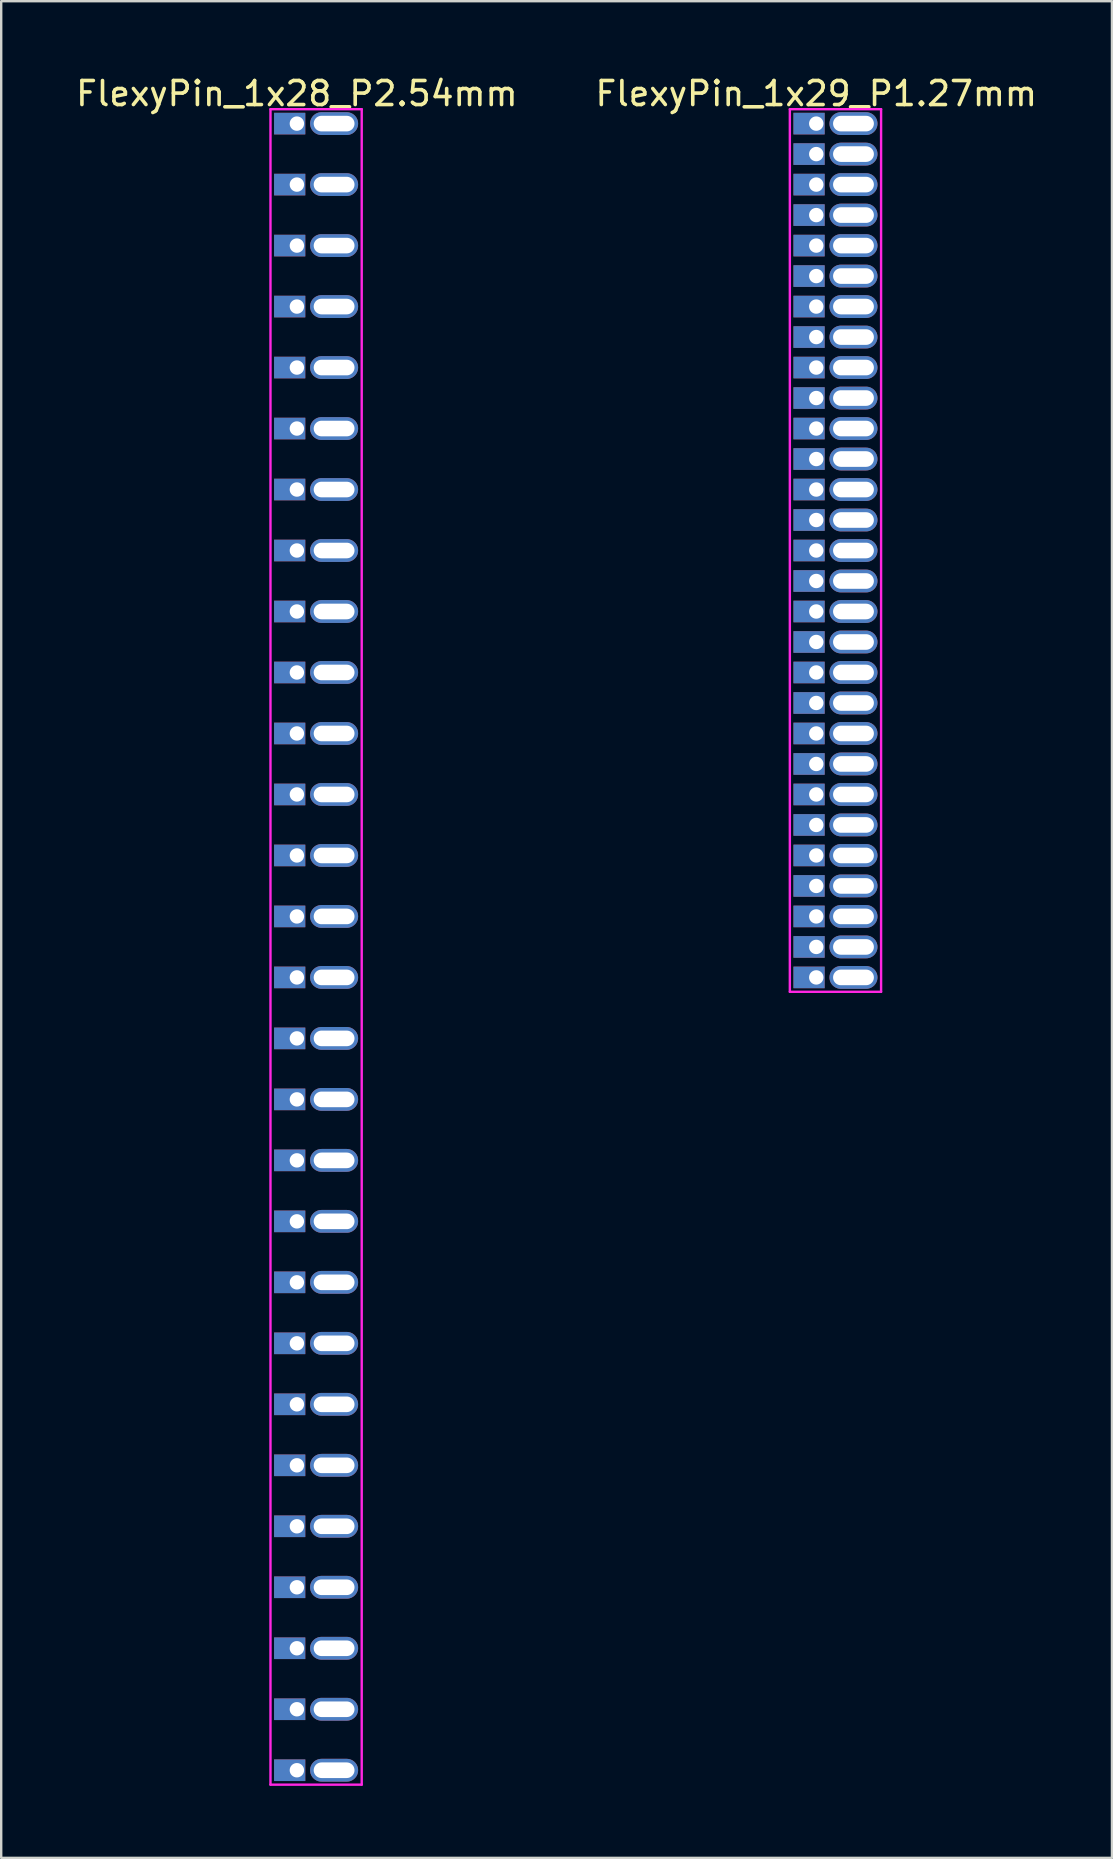
<source format=kicad_pcb>
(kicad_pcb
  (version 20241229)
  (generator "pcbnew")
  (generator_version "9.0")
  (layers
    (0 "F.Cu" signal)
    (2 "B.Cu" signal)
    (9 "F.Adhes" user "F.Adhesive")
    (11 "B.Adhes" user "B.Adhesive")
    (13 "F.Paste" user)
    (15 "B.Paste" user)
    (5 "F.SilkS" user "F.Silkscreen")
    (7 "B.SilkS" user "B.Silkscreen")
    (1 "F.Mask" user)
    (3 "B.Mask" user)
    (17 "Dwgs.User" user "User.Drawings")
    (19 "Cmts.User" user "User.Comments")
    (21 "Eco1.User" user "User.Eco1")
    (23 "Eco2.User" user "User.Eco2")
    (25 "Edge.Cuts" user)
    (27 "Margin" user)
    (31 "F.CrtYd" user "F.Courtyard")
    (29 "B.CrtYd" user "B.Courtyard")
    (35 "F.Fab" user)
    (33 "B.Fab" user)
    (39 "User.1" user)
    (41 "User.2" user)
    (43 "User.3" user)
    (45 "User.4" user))
  (footprint "FlexyPin_1x28_P2.54mm"
    (layer "F.Cu")
    (at 9.315 2.098)
    (property "Reference" "FlexyPin_1x28_P2.54mm" (at 0 -1.25 0) (layer "F.SilkS") (effects (font (size 1 1) (thickness 0.15))))
    (attr through_hole)
    (fp_line (start -1.1 -0.6) (end 2.7 -0.6) (stroke (width 0.1) (type solid)) (layer "F.CrtYd"))
    (fp_line (start -1.1 69.18) (end -1.1 -0.6) (stroke (width 0.1) (type solid)) (layer "F.CrtYd"))
    (fp_line (start 2.7 -0.6) (end 2.7 69.18) (stroke (width 0.1) (type solid)) (layer "F.CrtYd"))
    (fp_line (start 2.7 69.18) (end -1.1 69.18) (stroke (width 0.1) (type solid)) (layer "F.CrtYd"))
    (pad "" thru_hole oval (at 1.55 0) (size 2 0.95) (drill oval 1.7 0.65) (layers "*.Cu" "*.Mask"))
    (pad "" thru_hole oval (at 1.55 2.54) (size 2 0.95) (drill oval 1.7 0.65) (layers "*.Cu" "*.Mask"))
    (pad "" thru_hole oval (at 1.55 5.08) (size 2 0.95) (drill oval 1.7 0.65) (layers "*.Cu" "*.Mask"))
    (pad "" thru_hole oval (at 1.55 7.62) (size 2 0.95) (drill oval 1.7 0.65) (layers "*.Cu" "*.Mask"))
    (pad "" thru_hole oval (at 1.55 10.16) (size 2 0.95) (drill oval 1.7 0.65) (layers "*.Cu" "*.Mask"))
    (pad "" thru_hole oval (at 1.55 12.7) (size 2 0.95) (drill oval 1.7 0.65) (layers "*.Cu" "*.Mask"))
    (pad "" thru_hole oval (at 1.55 15.24) (size 2 0.95) (drill oval 1.7 0.65) (layers "*.Cu" "*.Mask"))
    (pad "" thru_hole oval (at 1.55 17.78) (size 2 0.95) (drill oval 1.7 0.65) (layers "*.Cu" "*.Mask"))
    (pad "" thru_hole oval (at 1.55 20.32) (size 2 0.95) (drill oval 1.7 0.65) (layers "*.Cu" "*.Mask"))
    (pad "" thru_hole oval (at 1.55 22.86) (size 2 0.95) (drill oval 1.7 0.65) (layers "*.Cu" "*.Mask"))
    (pad "" thru_hole oval (at 1.55 25.4) (size 2 0.95) (drill oval 1.7 0.65) (layers "*.Cu" "*.Mask"))
    (pad "" thru_hole oval (at 1.55 27.94) (size 2 0.95) (drill oval 1.7 0.65) (layers "*.Cu" "*.Mask"))
    (pad "" thru_hole oval (at 1.55 30.48) (size 2 0.95) (drill oval 1.7 0.65) (layers "*.Cu" "*.Mask"))
    (pad "" thru_hole oval (at 1.55 33.02) (size 2 0.95) (drill oval 1.7 0.65) (layers "*.Cu" "*.Mask"))
    (pad "" thru_hole oval (at 1.55 35.56) (size 2 0.95) (drill oval 1.7 0.65) (layers "*.Cu" "*.Mask"))
    (pad "" thru_hole oval (at 1.55 38.1) (size 2 0.95) (drill oval 1.7 0.65) (layers "*.Cu" "*.Mask"))
    (pad "" thru_hole oval (at 1.55 40.64) (size 2 0.95) (drill oval 1.7 0.65) (layers "*.Cu" "*.Mask"))
    (pad "" thru_hole oval (at 1.55 43.18) (size 2 0.95) (drill oval 1.7 0.65) (layers "*.Cu" "*.Mask"))
    (pad "" thru_hole oval (at 1.55 45.72) (size 2 0.95) (drill oval 1.7 0.65) (layers "*.Cu" "*.Mask"))
    (pad "" thru_hole oval (at 1.55 48.26) (size 2 0.95) (drill oval 1.7 0.65) (layers "*.Cu" "*.Mask"))
    (pad "" thru_hole oval (at 1.55 50.8) (size 2 0.95) (drill oval 1.7 0.65) (layers "*.Cu" "*.Mask"))
    (pad "" thru_hole oval (at 1.55 53.34) (size 2 0.95) (drill oval 1.7 0.65) (layers "*.Cu" "*.Mask"))
    (pad "" thru_hole oval (at 1.55 55.88) (size 2 0.95) (drill oval 1.7 0.65) (layers "*.Cu" "*.Mask"))
    (pad "" thru_hole oval (at 1.55 58.42) (size 2 0.95) (drill oval 1.7 0.65) (layers "*.Cu" "*.Mask"))
    (pad "" thru_hole oval (at 1.55 60.96) (size 2 0.95) (drill oval 1.7 0.65) (layers "*.Cu" "*.Mask"))
    (pad "" thru_hole oval (at 1.55 63.5) (size 2 0.95) (drill oval 1.7 0.65) (layers "*.Cu" "*.Mask"))
    (pad "" thru_hole oval (at 1.55 66.04) (size 2 0.95) (drill oval 1.7 0.65) (layers "*.Cu" "*.Mask"))
    (pad "" thru_hole oval (at 1.55 68.58) (size 2 0.95) (drill oval 1.7 0.65) (layers "*.Cu" "*.Mask"))
    (pad "1" thru_hole rect (at 0 0) (size 1.3 0.9) (drill 0.6 (offset -0.3 0)) (layers "*.Cu" "*.Mask"))
    (pad "2" thru_hole rect (at 0 2.54) (size 1.3 0.9) (drill 0.6 (offset -0.3 0)) (layers "*.Cu" "*.Mask"))
    (pad "3" thru_hole rect (at 0 5.08) (size 1.3 0.9) (drill 0.6 (offset -0.3 0)) (layers "*.Cu" "*.Mask"))
    (pad "4" thru_hole rect (at 0 7.62) (size 1.3 0.9) (drill 0.6 (offset -0.3 0)) (layers "*.Cu" "*.Mask"))
    (pad "5" thru_hole rect (at 0 10.16) (size 1.3 0.9) (drill 0.6 (offset -0.3 0)) (layers "*.Cu" "*.Mask"))
    (pad "6" thru_hole rect (at 0 12.7) (size 1.3 0.9) (drill 0.6 (offset -0.3 0)) (layers "*.Cu" "*.Mask"))
    (pad "7" thru_hole rect (at 0 15.24) (size 1.3 0.9) (drill 0.6 (offset -0.3 0)) (layers "*.Cu" "*.Mask"))
    (pad "8" thru_hole rect (at 0 17.78) (size 1.3 0.9) (drill 0.6 (offset -0.3 0)) (layers "*.Cu" "*.Mask"))
    (pad "9" thru_hole rect (at 0 20.32) (size 1.3 0.9) (drill 0.6 (offset -0.3 0)) (layers "*.Cu" "*.Mask"))
    (pad "10" thru_hole rect (at 0 22.86) (size 1.3 0.9) (drill 0.6 (offset -0.3 0)) (layers "*.Cu" "*.Mask"))
    (pad "11" thru_hole rect (at 0 25.4) (size 1.3 0.9) (drill 0.6 (offset -0.3 0)) (layers "*.Cu" "*.Mask"))
    (pad "12" thru_hole rect (at 0 27.94) (size 1.3 0.9) (drill 0.6 (offset -0.3 0)) (layers "*.Cu" "*.Mask"))
    (pad "13" thru_hole rect (at 0 30.48) (size 1.3 0.9) (drill 0.6 (offset -0.3 0)) (layers "*.Cu" "*.Mask"))
    (pad "14" thru_hole rect (at 0 33.02) (size 1.3 0.9) (drill 0.6 (offset -0.3 0)) (layers "*.Cu" "*.Mask"))
    (pad "15" thru_hole rect (at 0 35.56) (size 1.3 0.9) (drill 0.6 (offset -0.3 0)) (layers "*.Cu" "*.Mask"))
    (pad "16" thru_hole rect (at 0 38.1) (size 1.3 0.9) (drill 0.6 (offset -0.3 0)) (layers "*.Cu" "*.Mask"))
    (pad "17" thru_hole rect (at 0 40.64) (size 1.3 0.9) (drill 0.6 (offset -0.3 0)) (layers "*.Cu" "*.Mask"))
    (pad "18" thru_hole rect (at 0 43.18) (size 1.3 0.9) (drill 0.6 (offset -0.3 0)) (layers "*.Cu" "*.Mask"))
    (pad "19" thru_hole rect (at 0 45.72) (size 1.3 0.9) (drill 0.6 (offset -0.3 0)) (layers "*.Cu" "*.Mask"))
    (pad "20" thru_hole rect (at 0 48.26) (size 1.3 0.9) (drill 0.6 (offset -0.3 0)) (layers "*.Cu" "*.Mask"))
    (pad "21" thru_hole rect (at 0 50.8) (size 1.3 0.9) (drill 0.6 (offset -0.3 0)) (layers "*.Cu" "*.Mask"))
    (pad "22" thru_hole rect (at 0 53.34) (size 1.3 0.9) (drill 0.6 (offset -0.3 0)) (layers "*.Cu" "*.Mask"))
    (pad "23" thru_hole rect (at 0 55.88) (size 1.3 0.9) (drill 0.6 (offset -0.3 0)) (layers "*.Cu" "*.Mask"))
    (pad "24" thru_hole rect (at 0 58.42) (size 1.3 0.9) (drill 0.6 (offset -0.3 0)) (layers "*.Cu" "*.Mask"))
    (pad "25" thru_hole rect (at 0 60.96) (size 1.3 0.9) (drill 0.6 (offset -0.3 0)) (layers "*.Cu" "*.Mask"))
    (pad "26" thru_hole rect (at 0 63.5) (size 1.3 0.9) (drill 0.6 (offset -0.3 0)) (layers "*.Cu" "*.Mask"))
    (pad "27" thru_hole rect (at 0 66.04) (size 1.3 0.9) (drill 0.6 (offset -0.3 0)) (layers "*.Cu" "*.Mask"))
    (pad "28" thru_hole rect (at 0 68.58) (size 1.3 0.9) (drill 0.6 (offset -0.3 0)) (layers "*.Cu" "*.Mask")))
  (footprint "FlexyPin_1x29_P1.27mm"
    (layer "F.Cu")
    (at 30.946 2.098)
    (property "Reference" "FlexyPin_1x29_P1.27mm" (at 0 -1.25 0) (layer "F.SilkS") (effects (font (size 1 1) (thickness 0.15))))
    (attr through_hole)
    (fp_line (start -1.1 -0.6) (end 2.7 -0.6) (stroke (width 0.1) (type solid)) (layer "F.CrtYd"))
    (fp_line (start -1.1 36.16) (end -1.1 -0.6) (stroke (width 0.1) (type solid)) (layer "F.CrtYd"))
    (fp_line (start 2.7 -0.6) (end 2.7 36.16) (stroke (width 0.1) (type solid)) (layer "F.CrtYd"))
    (fp_line (start 2.7 36.16) (end -1.1 36.16) (stroke (width 0.1) (type solid)) (layer "F.CrtYd"))
    (pad "" thru_hole oval (at 1.55 0) (size 2 0.95) (drill oval 1.7 0.65) (layers "*.Cu" "*.Mask"))
    (pad "" thru_hole oval (at 1.55 1.27) (size 2 0.95) (drill oval 1.7 0.65) (layers "*.Cu" "*.Mask"))
    (pad "" thru_hole oval (at 1.55 2.54) (size 2 0.95) (drill oval 1.7 0.65) (layers "*.Cu" "*.Mask"))
    (pad "" thru_hole oval (at 1.55 3.81) (size 2 0.95) (drill oval 1.7 0.65) (layers "*.Cu" "*.Mask"))
    (pad "" thru_hole oval (at 1.55 5.08) (size 2 0.95) (drill oval 1.7 0.65) (layers "*.Cu" "*.Mask"))
    (pad "" thru_hole oval (at 1.55 6.35) (size 2 0.95) (drill oval 1.7 0.65) (layers "*.Cu" "*.Mask"))
    (pad "" thru_hole oval (at 1.55 7.62) (size 2 0.95) (drill oval 1.7 0.65) (layers "*.Cu" "*.Mask"))
    (pad "" thru_hole oval (at 1.55 8.89) (size 2 0.95) (drill oval 1.7 0.65) (layers "*.Cu" "*.Mask"))
    (pad "" thru_hole oval (at 1.55 10.16) (size 2 0.95) (drill oval 1.7 0.65) (layers "*.Cu" "*.Mask"))
    (pad "" thru_hole oval (at 1.55 11.43) (size 2 0.95) (drill oval 1.7 0.65) (layers "*.Cu" "*.Mask"))
    (pad "" thru_hole oval (at 1.55 12.7) (size 2 0.95) (drill oval 1.7 0.65) (layers "*.Cu" "*.Mask"))
    (pad "" thru_hole oval (at 1.55 13.97) (size 2 0.95) (drill oval 1.7 0.65) (layers "*.Cu" "*.Mask"))
    (pad "" thru_hole oval (at 1.55 15.24) (size 2 0.95) (drill oval 1.7 0.65) (layers "*.Cu" "*.Mask"))
    (pad "" thru_hole oval (at 1.55 16.51) (size 2 0.95) (drill oval 1.7 0.65) (layers "*.Cu" "*.Mask"))
    (pad "" thru_hole oval (at 1.55 17.78) (size 2 0.95) (drill oval 1.7 0.65) (layers "*.Cu" "*.Mask"))
    (pad "" thru_hole oval (at 1.55 19.05) (size 2 0.95) (drill oval 1.7 0.65) (layers "*.Cu" "*.Mask"))
    (pad "" thru_hole oval (at 1.55 20.32) (size 2 0.95) (drill oval 1.7 0.65) (layers "*.Cu" "*.Mask"))
    (pad "" thru_hole oval (at 1.55 21.59) (size 2 0.95) (drill oval 1.7 0.65) (layers "*.Cu" "*.Mask"))
    (pad "" thru_hole oval (at 1.55 22.86) (size 2 0.95) (drill oval 1.7 0.65) (layers "*.Cu" "*.Mask"))
    (pad "" thru_hole oval (at 1.55 24.13) (size 2 0.95) (drill oval 1.7 0.65) (layers "*.Cu" "*.Mask"))
    (pad "" thru_hole oval (at 1.55 25.4) (size 2 0.95) (drill oval 1.7 0.65) (layers "*.Cu" "*.Mask"))
    (pad "" thru_hole oval (at 1.55 26.67) (size 2 0.95) (drill oval 1.7 0.65) (layers "*.Cu" "*.Mask"))
    (pad "" thru_hole oval (at 1.55 27.94) (size 2 0.95) (drill oval 1.7 0.65) (layers "*.Cu" "*.Mask"))
    (pad "" thru_hole oval (at 1.55 29.21) (size 2 0.95) (drill oval 1.7 0.65) (layers "*.Cu" "*.Mask"))
    (pad "" thru_hole oval (at 1.55 30.48) (size 2 0.95) (drill oval 1.7 0.65) (layers "*.Cu" "*.Mask"))
    (pad "" thru_hole oval (at 1.55 31.75) (size 2 0.95) (drill oval 1.7 0.65) (layers "*.Cu" "*.Mask"))
    (pad "" thru_hole oval (at 1.55 33.02) (size 2 0.95) (drill oval 1.7 0.65) (layers "*.Cu" "*.Mask"))
    (pad "" thru_hole oval (at 1.55 34.29) (size 2 0.95) (drill oval 1.7 0.65) (layers "*.Cu" "*.Mask"))
    (pad "" thru_hole oval (at 1.55 35.56) (size 2 0.95) (drill oval 1.7 0.65) (layers "*.Cu" "*.Mask"))
    (pad "1" thru_hole rect (at 0 0) (size 1.3 0.9) (drill 0.6 (offset -0.3 0)) (layers "*.Cu" "*.Mask"))
    (pad "2" thru_hole rect (at 0 1.27) (size 1.3 0.9) (drill 0.6 (offset -0.3 0)) (layers "*.Cu" "*.Mask"))
    (pad "3" thru_hole rect (at 0 2.54) (size 1.3 0.9) (drill 0.6 (offset -0.3 0)) (layers "*.Cu" "*.Mask"))
    (pad "4" thru_hole rect (at 0 3.81) (size 1.3 0.9) (drill 0.6 (offset -0.3 0)) (layers "*.Cu" "*.Mask"))
    (pad "5" thru_hole rect (at 0 5.08) (size 1.3 0.9) (drill 0.6 (offset -0.3 0)) (layers "*.Cu" "*.Mask"))
    (pad "6" thru_hole rect (at 0 6.35) (size 1.3 0.9) (drill 0.6 (offset -0.3 0)) (layers "*.Cu" "*.Mask"))
    (pad "7" thru_hole rect (at 0 7.62) (size 1.3 0.9) (drill 0.6 (offset -0.3 0)) (layers "*.Cu" "*.Mask"))
    (pad "8" thru_hole rect (at 0 8.89) (size 1.3 0.9) (drill 0.6 (offset -0.3 0)) (layers "*.Cu" "*.Mask"))
    (pad "9" thru_hole rect (at 0 10.16) (size 1.3 0.9) (drill 0.6 (offset -0.3 0)) (layers "*.Cu" "*.Mask"))
    (pad "10" thru_hole rect (at 0 11.43) (size 1.3 0.9) (drill 0.6 (offset -0.3 0)) (layers "*.Cu" "*.Mask"))
    (pad "11" thru_hole rect (at 0 12.7) (size 1.3 0.9) (drill 0.6 (offset -0.3 0)) (layers "*.Cu" "*.Mask"))
    (pad "12" thru_hole rect (at 0 13.97) (size 1.3 0.9) (drill 0.6 (offset -0.3 0)) (layers "*.Cu" "*.Mask"))
    (pad "13" thru_hole rect (at 0 15.24) (size 1.3 0.9) (drill 0.6 (offset -0.3 0)) (layers "*.Cu" "*.Mask"))
    (pad "14" thru_hole rect (at 0 16.51) (size 1.3 0.9) (drill 0.6 (offset -0.3 0)) (layers "*.Cu" "*.Mask"))
    (pad "15" thru_hole rect (at 0 17.78) (size 1.3 0.9) (drill 0.6 (offset -0.3 0)) (layers "*.Cu" "*.Mask"))
    (pad "16" thru_hole rect (at 0 19.05) (size 1.3 0.9) (drill 0.6 (offset -0.3 0)) (layers "*.Cu" "*.Mask"))
    (pad "17" thru_hole rect (at 0 20.32) (size 1.3 0.9) (drill 0.6 (offset -0.3 0)) (layers "*.Cu" "*.Mask"))
    (pad "18" thru_hole rect (at 0 21.59) (size 1.3 0.9) (drill 0.6 (offset -0.3 0)) (layers "*.Cu" "*.Mask"))
    (pad "19" thru_hole rect (at 0 22.86) (size 1.3 0.9) (drill 0.6 (offset -0.3 0)) (layers "*.Cu" "*.Mask"))
    (pad "20" thru_hole rect (at 0 24.13) (size 1.3 0.9) (drill 0.6 (offset -0.3 0)) (layers "*.Cu" "*.Mask"))
    (pad "21" thru_hole rect (at 0 25.4) (size 1.3 0.9) (drill 0.6 (offset -0.3 0)) (layers "*.Cu" "*.Mask"))
    (pad "22" thru_hole rect (at 0 26.67) (size 1.3 0.9) (drill 0.6 (offset -0.3 0)) (layers "*.Cu" "*.Mask"))
    (pad "23" thru_hole rect (at 0 27.94) (size 1.3 0.9) (drill 0.6 (offset -0.3 0)) (layers "*.Cu" "*.Mask"))
    (pad "24" thru_hole rect (at 0 29.21) (size 1.3 0.9) (drill 0.6 (offset -0.3 0)) (layers "*.Cu" "*.Mask"))
    (pad "25" thru_hole rect (at 0 30.48) (size 1.3 0.9) (drill 0.6 (offset -0.3 0)) (layers "*.Cu" "*.Mask"))
    (pad "26" thru_hole rect (at 0 31.75) (size 1.3 0.9) (drill 0.6 (offset -0.3 0)) (layers "*.Cu" "*.Mask"))
    (pad "27" thru_hole rect (at 0 33.02) (size 1.3 0.9) (drill 0.6 (offset -0.3 0)) (layers "*.Cu" "*.Mask"))
    (pad "28" thru_hole rect (at 0 34.29) (size 1.3 0.9) (drill 0.6 (offset -0.3 0)) (layers "*.Cu" "*.Mask"))
    (pad "29" thru_hole rect (at 0 35.56) (size 1.3 0.9) (drill 0.6 (offset -0.3 0)) (layers "*.Cu" "*.Mask")))
  (gr_rect
    (start -3 -3)
    (end 43.262 74.328)
    (stroke (width 0.1) (type default))
    (fill no)
    (layer "Edge.Cuts")))
</source>
